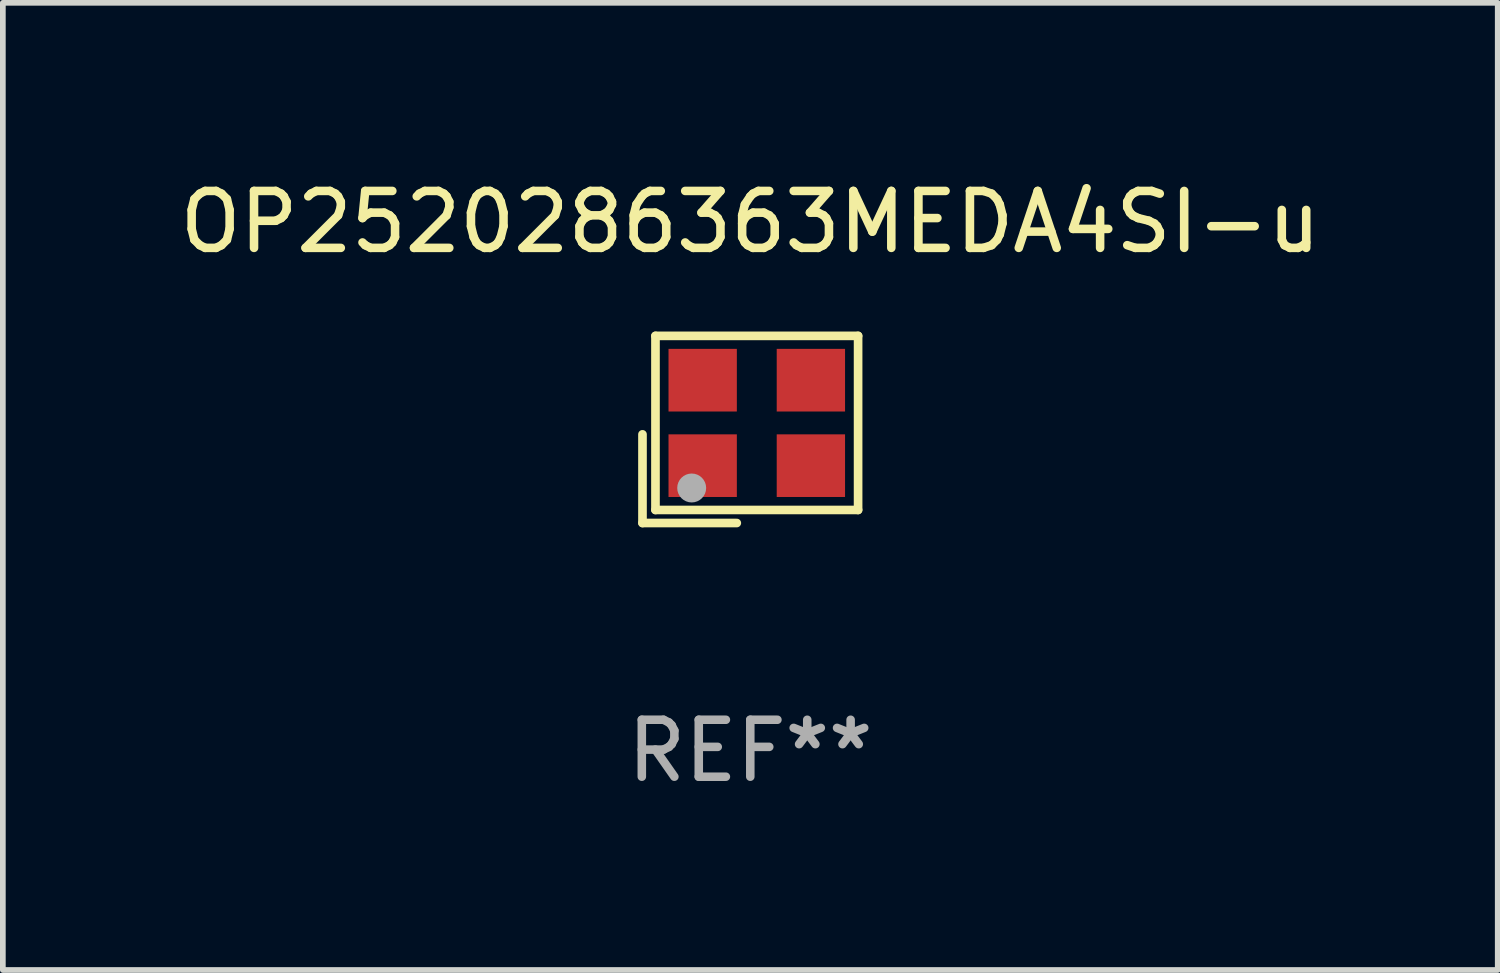
<source format=kicad_pcb>
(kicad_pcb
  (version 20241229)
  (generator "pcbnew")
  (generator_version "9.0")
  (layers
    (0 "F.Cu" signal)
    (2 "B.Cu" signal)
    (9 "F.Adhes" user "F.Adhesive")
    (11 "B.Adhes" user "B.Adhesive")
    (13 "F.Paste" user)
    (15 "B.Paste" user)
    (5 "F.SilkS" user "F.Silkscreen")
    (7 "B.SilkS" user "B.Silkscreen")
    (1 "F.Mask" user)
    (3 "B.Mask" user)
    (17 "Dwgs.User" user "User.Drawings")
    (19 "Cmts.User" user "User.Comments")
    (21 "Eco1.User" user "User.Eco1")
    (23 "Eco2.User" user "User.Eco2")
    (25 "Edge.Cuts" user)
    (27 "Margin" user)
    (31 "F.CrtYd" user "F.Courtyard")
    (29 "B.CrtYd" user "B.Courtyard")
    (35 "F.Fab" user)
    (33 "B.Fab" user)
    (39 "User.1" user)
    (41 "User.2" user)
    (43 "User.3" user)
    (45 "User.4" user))
  (footprint "OP2520286363MEDA4SI-u"
    (layer "F.Cu")
    (at 10.125 4.491)
    (property "Reference" "OP2520286363MEDA4SI-u" (at 0 -3.643 0) (layer "F.SilkS") (effects (font (size 1 1) (thickness 0.15))))
    (attr through_hole)
    (fp_line (start -1.893 0.086) (end -1.893 1.643) (stroke (width 0.152) (type solid)) (layer "F.SilkS"))
    (fp_line (start -1.893 1.643) (end -0.237 1.643) (stroke (width 0.152) (type solid)) (layer "F.SilkS"))
    (fp_line (start -1.665 -1.643) (end 1.893 -1.643) (stroke (width 0.152) (type solid)) (layer "F.SilkS"))
    (fp_line (start -1.665 1.414) (end -1.665 -1.643) (stroke (width 0.152) (type solid)) (layer "F.SilkS"))
    (fp_line (start 1.893 -1.643) (end 1.893 1.414) (stroke (width 0.152) (type solid)) (layer "F.SilkS"))
    (fp_line (start 1.893 1.414) (end -1.665 1.414) (stroke (width 0.152) (type solid)) (layer "F.SilkS"))
    (fp_circle (center -1.136 0.885) (end -1.106 0.885) (stroke (width 0.06) (type solid)) (fill no) (layer "F.SilkS"))
    (fp_circle (center -1.029 1.028) (end -0.902 1.028) (stroke (width 0.254) (type solid)) (fill no) (layer "F.Fab"))
    (fp_text user "REF**" (at 0 5.643 0) (layer "F.Fab") (effects (font (size 1 1) (thickness 0.15))))
    (pad "1" smd rect (at -0.836 0.636) (size 1.2 1.1) (layers "F.Cu" "F.Mask" "F.Paste"))
    (pad "2" smd rect (at 1.064 0.636) (size 1.2 1.1) (layers "F.Cu" "F.Mask" "F.Paste"))
    (pad "3" smd rect (at 1.064 -0.865) (size 1.2 1.1) (layers "F.Cu" "F.Mask" "F.Paste"))
    (pad "4" smd rect (at -0.836 -0.865) (size 1.2 1.1) (layers "F.Cu" "F.Mask" "F.Paste")))
  (gr_rect
    (start -3 -3)
    (end 23.25 13.983)
    (stroke (width 0.1) (type default))
    (fill no)
    (layer "Edge.Cuts")))
</source>
